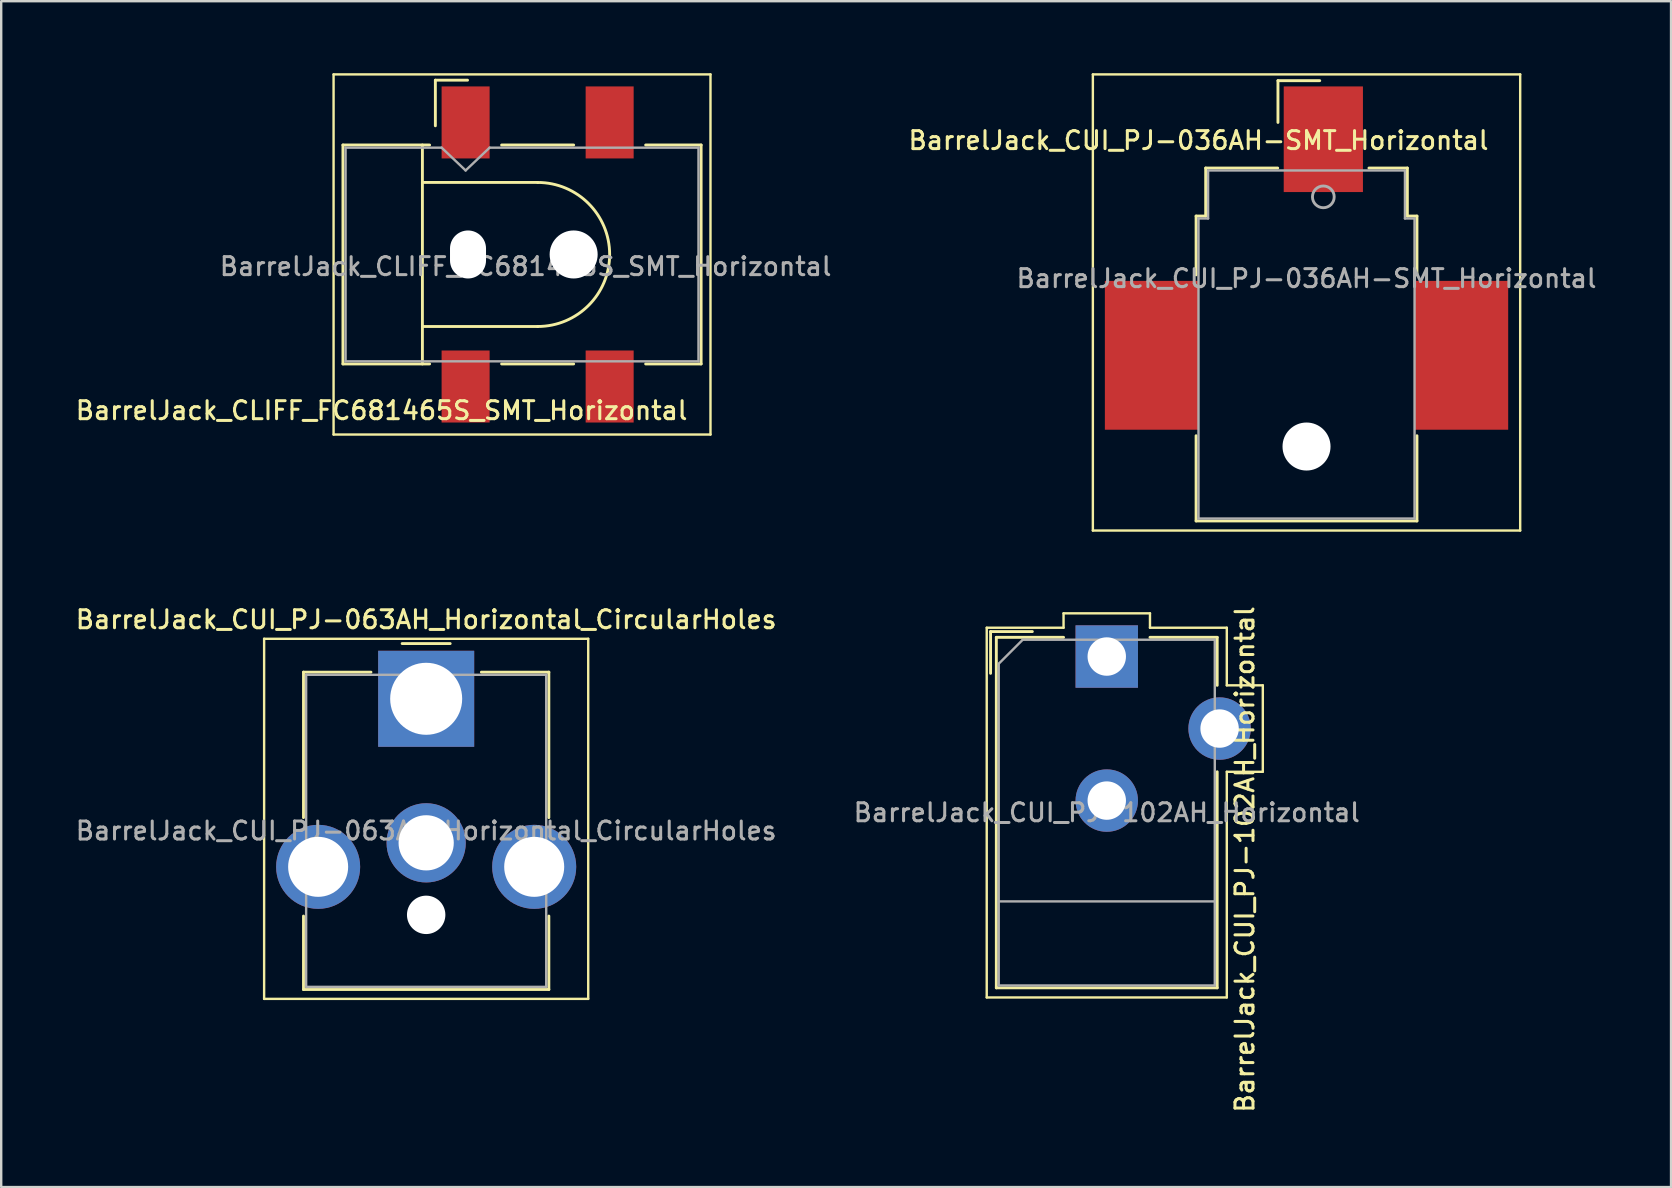
<source format=kicad_pcb>
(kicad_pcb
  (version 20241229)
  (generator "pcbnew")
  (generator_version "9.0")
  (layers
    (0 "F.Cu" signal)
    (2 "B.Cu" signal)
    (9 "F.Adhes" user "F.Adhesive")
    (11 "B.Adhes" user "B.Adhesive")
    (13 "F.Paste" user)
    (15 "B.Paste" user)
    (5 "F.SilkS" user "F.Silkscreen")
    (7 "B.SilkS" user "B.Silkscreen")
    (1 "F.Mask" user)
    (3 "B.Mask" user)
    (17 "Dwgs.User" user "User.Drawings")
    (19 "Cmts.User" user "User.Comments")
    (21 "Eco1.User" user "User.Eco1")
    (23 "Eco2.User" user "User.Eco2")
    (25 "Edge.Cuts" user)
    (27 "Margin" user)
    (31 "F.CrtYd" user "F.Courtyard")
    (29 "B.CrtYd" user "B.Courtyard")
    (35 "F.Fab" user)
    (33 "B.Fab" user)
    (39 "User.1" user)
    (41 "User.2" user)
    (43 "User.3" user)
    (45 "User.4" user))
  (footprint "BarrelJack_CLIFF_FC681465S_SMT_Horizontal"
    (layer "F.Cu")
    (at 19.345 7.55)
    (property "Reference" "BarrelJack_CLIFF_FC681465S_SMT_Horizontal" (at -6.5 6.5 180) (layer "F.SilkS") (effects (font (size 0.75 0.75) (thickness 0.125))))
    (attr smd)
    (fp_line (start -8.5 -7.5) (end 7.2 -7.5) (stroke (width 0.1) (type solid)) (layer "F.SilkS"))
    (fp_line (start -8.5 7.5) (end -8.5 -7.5) (stroke (width 0.1) (type solid)) (layer "F.SilkS"))
    (fp_line (start -8.5 7.5) (end 7.2 7.5) (stroke (width 0.1) (type solid)) (layer "F.SilkS"))
    (fp_line (start -8.11 -4.56) (end -4.5 -4.56) (stroke (width 0.12) (type solid)) (layer "F.SilkS"))
    (fp_line (start -8.11 4.56) (end -8.11 -4.56) (stroke (width 0.12) (type solid)) (layer "F.SilkS"))
    (fp_line (start -8.11 4.56) (end -4.5 4.56) (stroke (width 0.12) (type solid)) (layer "F.SilkS"))
    (fp_line (start -4.8 -3) (end 0 -3) (stroke (width 0.12) (type solid)) (layer "F.SilkS"))
    (fp_line (start -4.8 3) (end 0 3) (stroke (width 0.12) (type solid)) (layer "F.SilkS"))
    (fp_line (start -4.8 4.56) (end -4.8 -4.56) (stroke (width 0.12) (type solid)) (layer "F.SilkS"))
    (fp_line (start -4.26 -7.26) (end -4.26 -5.36) (stroke (width 0.12) (type solid)) (layer "F.SilkS"))
    (fp_line (start -2.92 -7.26) (end -4.26 -7.26) (stroke (width 0.12) (type solid)) (layer "F.SilkS"))
    (fp_line (start -1.5 -4.56) (end 1.5 -4.56) (stroke (width 0.12) (type solid)) (layer "F.SilkS"))
    (fp_line (start -1.5 4.56) (end 1.5 4.56) (stroke (width 0.12) (type solid)) (layer "F.SilkS"))
    (fp_line (start 4.5 -4.56) (end 6.81 -4.56) (stroke (width 0.12) (type solid)) (layer "F.SilkS"))
    (fp_line (start 4.5 4.56) (end 6.81 4.56) (stroke (width 0.12) (type solid)) (layer "F.SilkS"))
    (fp_line (start 6.81 4.56) (end 6.81 -4.56) (stroke (width 0.12) (type solid)) (layer "F.SilkS"))
    (fp_line (start 7.2 7.5) (end 7.2 -7.5) (stroke (width 0.1) (type solid)) (layer "F.SilkS"))
    (fp_arc (start 0 -3) (mid 3 0) (end 0 3) (stroke (width 0.12) (type solid)) (layer "F.SilkS"))
    (fp_line (start -8 -4.45) (end -4 -4.45) (stroke (width 0.1) (type solid)) (layer "F.Fab"))
    (fp_line (start -8 4.45) (end -8 -4.45) (stroke (width 0.1) (type solid)) (layer "F.Fab"))
    (fp_line (start -8 4.45) (end 6.7 4.45) (stroke (width 0.1) (type solid)) (layer "F.Fab"))
    (fp_line (start -4 -4.45) (end -3 -3.5) (stroke (width 0.1) (type solid)) (layer "F.Fab"))
    (fp_line (start -3 -3.5) (end -2 -4.45) (stroke (width 0.1) (type solid)) (layer "F.Fab"))
    (fp_line (start -2 -4.45) (end 6.7 -4.45) (stroke (width 0.1) (type solid)) (layer "F.Fab"))
    (fp_line (start 6.7 4.45) (end 6.7 -4.45) (stroke (width 0.1) (type solid)) (layer "F.Fab"))
    (fp_text user "${REFERENCE}" (at -0.5 0.5 180) (layer "F.Fab") (effects (font (size 0.75 0.75) (thickness 0.125))))
    (pad "" np_thru_hole oval (at -2.9 0 90) (size 2 1.5) (drill oval 2 1.5) (layers "*.Cu" "*.Mask"))
    (pad "" np_thru_hole circle (at 1.5 0 90) (size 2 2) (drill 2) (layers "*.Cu" "*.Mask"))
    (pad "1" smd rect (at -3 -5.5 90) (size 3 2) (layers "F.Cu" "F.Mask" "F.Paste"))
    (pad "1" smd rect (at 3 -5.5 90) (size 3 2) (layers "F.Cu" "F.Mask" "F.Paste"))
    (pad "2" smd rect (at 3 5.5 90) (size 3 2) (layers "F.Cu" "F.Mask" "F.Paste"))
    (pad "3" smd rect (at -3 5.5 90) (size 3 2) (layers "F.Cu" "F.Mask" "F.Paste")))
  (footprint "BarrelJack_CUI_PJ-102AH_Horizontal"
    (layer "F.Cu")
    (at 43.052 24.298)
    (property "Reference" "BarrelJack_CUI_PJ-102AH_Horizontal" (at 5.75 8.45 90) (layer "F.SilkS") (effects (font (size 0.75 0.75) (thickness 0.125))))
    (attr through_hole)
    (fp_line (start -5 -1.2) (end -1.8 -1.2) (stroke (width 0.1) (type solid)) (layer "F.SilkS"))
    (fp_line (start -5 14.2) (end -5 -1.2) (stroke (width 0.1) (type solid)) (layer "F.SilkS"))
    (fp_line (start -4.84 -1.04) (end -3.1 -1.04) (stroke (width 0.12) (type solid)) (layer "F.SilkS"))
    (fp_line (start -4.84 0.7) (end -4.84 -1.04) (stroke (width 0.12) (type solid)) (layer "F.SilkS"))
    (fp_line (start -4.6 -0.8) (end -1.8 -0.8) (stroke (width 0.12) (type solid)) (layer "F.SilkS"))
    (fp_line (start -4.6 13.8) (end -4.6 -0.8) (stroke (width 0.12) (type solid)) (layer "F.SilkS"))
    (fp_line (start -1.8 -1.8) (end 1.8 -1.8) (stroke (width 0.1) (type solid)) (layer "F.SilkS"))
    (fp_line (start -1.8 -1.2) (end -1.8 -1.8) (stroke (width 0.1) (type solid)) (layer "F.SilkS"))
    (fp_line (start 1.8 -1.8) (end 1.8 -1.2) (stroke (width 0.1) (type solid)) (layer "F.SilkS"))
    (fp_line (start 1.8 -1.2) (end 5 -1.2) (stroke (width 0.1) (type solid)) (layer "F.SilkS"))
    (fp_line (start 1.8 -0.8) (end 4.6 -0.8) (stroke (width 0.12) (type solid)) (layer "F.SilkS"))
    (fp_line (start 4.6 -0.8) (end 4.6 1.2) (stroke (width 0.12) (type solid)) (layer "F.SilkS"))
    (fp_line (start 4.6 4.8) (end 4.6 13.8) (stroke (width 0.12) (type solid)) (layer "F.SilkS"))
    (fp_line (start 4.6 13.8) (end -4.6 13.8) (stroke (width 0.12) (type solid)) (layer "F.SilkS"))
    (fp_line (start 5 -1.2) (end 5 1.2) (stroke (width 0.1) (type solid)) (layer "F.SilkS"))
    (fp_line (start 5 1.2) (end 6.5 1.2) (stroke (width 0.1) (type solid)) (layer "F.SilkS"))
    (fp_line (start 5 4.8) (end 5 14.2) (stroke (width 0.1) (type solid)) (layer "F.SilkS"))
    (fp_line (start 5 14.2) (end -5 14.2) (stroke (width 0.1) (type solid)) (layer "F.SilkS"))
    (fp_line (start 6.5 1.2) (end 6.5 4.8) (stroke (width 0.1) (type solid)) (layer "F.SilkS"))
    (fp_line (start 6.5 4.8) (end 5 4.8) (stroke (width 0.1) (type solid)) (layer "F.SilkS"))
    (fp_line (start -4.5 0.3) (end -3.5 -0.7) (stroke (width 0.1) (type solid)) (layer "F.Fab"))
    (fp_line (start -4.5 10.2) (end 4.5 10.2) (stroke (width 0.1) (type solid)) (layer "F.Fab"))
    (fp_line (start -4.5 13.7) (end -4.5 0.3) (stroke (width 0.1) (type solid)) (layer "F.Fab"))
    (fp_line (start -3.5 -0.7) (end 4.5 -0.7) (stroke (width 0.1) (type solid)) (layer "F.Fab"))
    (fp_line (start 4.5 -0.7) (end 4.5 13.7) (stroke (width 0.1) (type solid)) (layer "F.Fab"))
    (fp_line (start 4.5 13.7) (end -4.5 13.7) (stroke (width 0.1) (type solid)) (layer "F.Fab"))
    (fp_text user "${REFERENCE}" (at 0 6.5 0) (layer "F.Fab") (effects (font (size 0.75 0.75) (thickness 0.125))))
    (pad "1" thru_hole rect (at 0 0) (size 2.6 2.6) (drill 1.6) (layers "*.Cu" "*.Mask"))
    (pad "2" thru_hole circle (at 0 6) (size 2.6 2.6) (drill 1.6) (layers "*.Cu" "*.Mask"))
    (pad "3" thru_hole circle (at 4.7 3) (size 2.6 2.6) (drill 1.6) (layers "*.Cu" "*.Mask")))
  (footprint "BarrelJack_CUI_PJ-036AH-SMT_Horizontal"
    (layer "F.Cu")
    (at 51.373 8.55)
    (property "Reference" "BarrelJack_CUI_PJ-036AH-SMT_Horizontal" (at -4.5 -5.75 0) (layer "F.SilkS") (effects (font (size 0.75 0.75) (thickness 0.125))))
    (attr smd)
    (fp_line (start -8.9 -8.5) (end -8.9 10.5) (stroke (width 0.1) (type solid)) (layer "F.SilkS"))
    (fp_line (start -8.9 10.5) (end 8.9 10.5) (stroke (width 0.1) (type solid)) (layer "F.SilkS"))
    (fp_line (start -4.6 -2.6) (end -4.2 -2.6) (stroke (width 0.12) (type solid)) (layer "F.SilkS"))
    (fp_line (start -4.6 -0.15) (end -4.6 -2.6) (stroke (width 0.12) (type solid)) (layer "F.SilkS"))
    (fp_line (start -4.6 10.1) (end -4.6 6.55) (stroke (width 0.12) (type solid)) (layer "F.SilkS"))
    (fp_line (start -4.2 -4.6) (end -1.2 -4.6) (stroke (width 0.12) (type solid)) (layer "F.SilkS"))
    (fp_line (start -4.2 -2.6) (end -4.2 -4.6) (stroke (width 0.12) (type solid)) (layer "F.SilkS"))
    (fp_line (start -1.19 -8.24) (end 0.55 -8.24) (stroke (width 0.12) (type solid)) (layer "F.SilkS"))
    (fp_line (start -1.19 -6.5) (end -1.19 -8.24) (stroke (width 0.12) (type solid)) (layer "F.SilkS"))
    (fp_line (start 2.6 -4.6) (end 4.2 -4.6) (stroke (width 0.12) (type solid)) (layer "F.SilkS"))
    (fp_line (start 4.2 -4.6) (end 4.2 -2.6) (stroke (width 0.12) (type solid)) (layer "F.SilkS"))
    (fp_line (start 4.2 -2.6) (end 4.6 -2.6) (stroke (width 0.12) (type solid)) (layer "F.SilkS"))
    (fp_line (start 4.6 -2.6) (end 4.6 -0.15) (stroke (width 0.12) (type solid)) (layer "F.SilkS"))
    (fp_line (start 4.6 6.55) (end 4.6 10.1) (stroke (width 0.12) (type solid)) (layer "F.SilkS"))
    (fp_line (start 4.6 10.1) (end -4.6 10.1) (stroke (width 0.12) (type solid)) (layer "F.SilkS"))
    (fp_line (start 8.9 -8.5) (end -8.9 -8.5) (stroke (width 0.1) (type solid)) (layer "F.SilkS"))
    (fp_line (start 8.9 10.5) (end 8.9 -8.5) (stroke (width 0.1) (type solid)) (layer "F.SilkS"))
    (fp_line (start -4.5 -2.5) (end -4.5 10) (stroke (width 0.1) (type solid)) (layer "F.Fab"))
    (fp_line (start -4.5 10) (end 4.5 10) (stroke (width 0.1) (type solid)) (layer "F.Fab"))
    (fp_line (start -4.1 -4.5) (end -4.1 -2.5) (stroke (width 0.1) (type solid)) (layer "F.Fab"))
    (fp_line (start -4.1 -2.5) (end -4.5 -2.5) (stroke (width 0.1) (type solid)) (layer "F.Fab"))
    (fp_line (start 4.1 -4.5) (end -4.1 -4.5) (stroke (width 0.1) (type solid)) (layer "F.Fab"))
    (fp_line (start 4.1 -2.5) (end 4.1 -4.5) (stroke (width 0.1) (type solid)) (layer "F.Fab"))
    (fp_line (start 4.5 -2.5) (end 4.1 -2.5) (stroke (width 0.1) (type solid)) (layer "F.Fab"))
    (fp_line (start 4.5 10) (end 4.5 -2.5) (stroke (width 0.1) (type solid)) (layer "F.Fab"))
    (fp_circle (center 0.7 -3.4) (end 0.75 -2.95) (stroke (width 0.12) (type solid)) (fill no) (layer "F.Fab"))
    (fp_text user "${REFERENCE}" (at 0 0 0) (layer "F.Fab") (effects (font (size 0.75 0.75) (thickness 0.125))))
    (pad "" np_thru_hole circle (at 0 7) (size 2 2) (drill 2) (layers "*.Cu" "*.Mask"))
    (pad "1" smd rect (at 0.7 -5.8) (size 3.3 4.4) (layers "F.Cu" "F.Mask" "F.Paste"))
    (pad "2" smd rect (at -6.45 3.2) (size 3.9 6.2) (layers "F.Cu" "F.Mask" "F.Paste"))
    (pad "3" smd rect (at 6.45 3.2) (size 3.9 6.2) (layers "F.Cu" "F.Mask" "F.Paste")))
  (footprint "BarrelJack_CUI_PJ-063AH_Horizontal_CircularHoles"
    (layer "F.Cu")
    (at 14.702 26.058)
    (property "Reference" "BarrelJack_CUI_PJ-063AH_Horizontal_CircularHoles" (at 0 -3.3 0) (layer "F.SilkS") (effects (font (size 0.75 0.75) (thickness 0.125))))
    (attr through_hole)
    (fp_line (start -6.75 -2.5) (end -6.75 12.5) (stroke (width 0.1) (type solid)) (layer "F.SilkS"))
    (fp_line (start -6.75 12.5) (end 6.75 12.5) (stroke (width 0.1) (type solid)) (layer "F.SilkS"))
    (fp_line (start -5.11 -1.11) (end -2.3 -1.11) (stroke (width 0.12) (type solid)) (layer "F.SilkS"))
    (fp_line (start -5.11 4.95) (end -5.11 -1.11) (stroke (width 0.12) (type solid)) (layer "F.SilkS"))
    (fp_line (start -5.11 12.11) (end -5.11 9.05) (stroke (width 0.12) (type solid)) (layer "F.SilkS"))
    (fp_line (start -1 -2.3) (end 1 -2.3) (stroke (width 0.12) (type solid)) (layer "F.SilkS"))
    (fp_line (start 2.3 -1.11) (end 5.11 -1.11) (stroke (width 0.12) (type solid)) (layer "F.SilkS"))
    (fp_line (start 5.11 -1.11) (end 5.11 4.95) (stroke (width 0.12) (type solid)) (layer "F.SilkS"))
    (fp_line (start 5.11 9.05) (end 5.11 12.11) (stroke (width 0.12) (type solid)) (layer "F.SilkS"))
    (fp_line (start 5.11 12.11) (end -5.11 12.11) (stroke (width 0.12) (type solid)) (layer "F.SilkS"))
    (fp_line (start 6.75 -2.5) (end -6.75 -2.5) (stroke (width 0.1) (type solid)) (layer "F.SilkS"))
    (fp_line (start 6.75 12.5) (end 6.75 -2.5) (stroke (width 0.1) (type solid)) (layer "F.SilkS"))
    (fp_line (start -5 -1) (end -1 -1) (stroke (width 0.1) (type solid)) (layer "F.Fab"))
    (fp_line (start -5 12) (end -5 -1) (stroke (width 0.1) (type solid)) (layer "F.Fab"))
    (fp_line (start -1 -1) (end 0 0) (stroke (width 0.1) (type solid)) (layer "F.Fab"))
    (fp_line (start 0 0) (end 1 -1) (stroke (width 0.1) (type solid)) (layer "F.Fab"))
    (fp_line (start 1 -1) (end 5 -1) (stroke (width 0.1) (type solid)) (layer "F.Fab"))
    (fp_line (start 5 -1) (end 5 12) (stroke (width 0.1) (type solid)) (layer "F.Fab"))
    (fp_line (start 5 12) (end -5 12) (stroke (width 0.1) (type solid)) (layer "F.Fab"))
    (fp_text user "${REFERENCE}" (at 0 5.5 0) (layer "F.Fab") (effects (font (size 0.75 0.75) (thickness 0.125))))
    (pad "" np_thru_hole circle (at 0 9) (size 1.6 1.6) (drill 1.6) (layers "*.Cu" "*.Mask"))
    (pad "1" thru_hole rect (at 0 0) (size 4 4) (drill 3) (layers "*.Cu" "*.Mask"))
    (pad "2" thru_hole circle (at 0 6) (size 3.3 3.3) (drill 2.3) (layers "*.Cu" "*.Mask"))
    (pad "MP" thru_hole circle (at -4.5 7) (size 3.5 3.5) (drill 2.5) (layers "*.Cu" "*.Mask"))
    (pad "MP" thru_hole circle (at 4.5 7) (size 3.5 3.5) (drill 2.5) (layers "*.Cu" "*.Mask")))
  (gr_rect
    (start -3 -3)
    (end 66.557 46.396)
    (stroke (width 0.1) (type default))
    (fill no)
    (layer "Edge.Cuts")))
</source>
